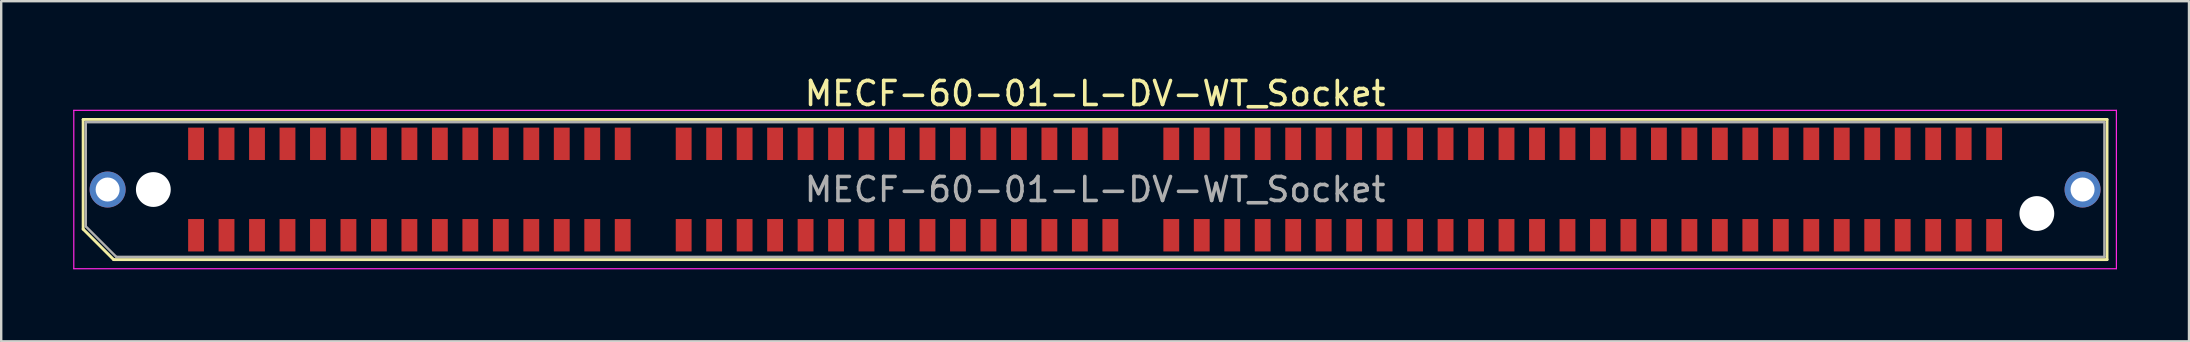
<source format=kicad_pcb>
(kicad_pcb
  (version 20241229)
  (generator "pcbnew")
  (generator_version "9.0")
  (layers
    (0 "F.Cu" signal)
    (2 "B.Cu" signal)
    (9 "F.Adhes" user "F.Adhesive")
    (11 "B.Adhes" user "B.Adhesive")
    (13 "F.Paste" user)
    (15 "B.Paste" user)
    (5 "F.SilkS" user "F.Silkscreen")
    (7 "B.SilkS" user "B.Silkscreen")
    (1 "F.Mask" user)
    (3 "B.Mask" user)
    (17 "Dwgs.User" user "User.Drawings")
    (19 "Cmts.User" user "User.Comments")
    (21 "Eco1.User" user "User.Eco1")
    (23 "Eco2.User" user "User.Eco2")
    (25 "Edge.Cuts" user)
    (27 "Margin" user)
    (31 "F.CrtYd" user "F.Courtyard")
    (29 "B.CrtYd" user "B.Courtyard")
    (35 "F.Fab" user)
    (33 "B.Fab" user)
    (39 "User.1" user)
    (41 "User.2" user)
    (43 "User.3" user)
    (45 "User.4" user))
  (footprint "MECF-60-01-L-DV-WT_Socket"
    (layer "F.Cu")
    (at 42.585 4.848)
    (property "Reference" "MECF-60-01-L-DV-WT_Socket" (at 0 -4 0) (layer "F.SilkS") (effects (font (size 1 1) (thickness 0.15))))
    (attr smd)
    (fp_line (start -42.17 -2.92) (end 42.17 -2.92) (stroke (width 0.12) (type solid)) (layer "F.SilkS"))
    (fp_line (start -42.17 1.65) (end -42.17 -2.92) (stroke (width 0.12) (type solid)) (layer "F.SilkS"))
    (fp_line (start -40.9 2.92) (end -42.17 1.65) (stroke (width 0.12) (type solid)) (layer "F.SilkS"))
    (fp_line (start -40.9 2.92) (end 42.17 2.92) (stroke (width 0.12) (type solid)) (layer "F.SilkS"))
    (fp_line (start 42.17 2.92) (end 42.17 -2.92) (stroke (width 0.12) (type solid)) (layer "F.SilkS"))
    (fp_line (start -42.56 -3.3) (end -42.56 3.3) (stroke (width 0.05) (type solid)) (layer "F.CrtYd"))
    (fp_line (start -42.56 3.3) (end 42.56 3.3) (stroke (width 0.05) (type solid)) (layer "F.CrtYd"))
    (fp_line (start 42.56 -3.3) (end -42.56 -3.3) (stroke (width 0.05) (type solid)) (layer "F.CrtYd"))
    (fp_line (start 42.56 3.3) (end 42.56 -3.3) (stroke (width 0.05) (type solid)) (layer "F.CrtYd"))
    (fp_line (start -42.06 -2.805) (end 42.06 -2.805) (stroke (width 0.1) (type solid)) (layer "F.Fab"))
    (fp_line (start -42.06 1.535) (end -42.06 -2.805) (stroke (width 0.1) (type solid)) (layer "F.Fab"))
    (fp_line (start -42.06 1.535) (end -40.79 2.805) (stroke (width 0.1) (type solid)) (layer "F.Fab"))
    (fp_line (start -40.79 2.805) (end 42.06 2.805) (stroke (width 0.1) (type solid)) (layer "F.Fab"))
    (fp_line (start 42.06 2.805) (end 42.06 -2.805) (stroke (width 0.1) (type solid)) (layer "F.Fab"))
    (fp_text user "${REFERENCE}" (at 0 0 0) (layer "F.Fab") (effects (font (size 1 1) (thickness 0.15))))
    (pad "" thru_hole circle (at -41.15 0) (size 1.5 1.5) (drill 1) (layers "*.Cu" "*.Mask"))
    (pad "" np_thru_hole circle (at -39.245 0) (size 1.45 1.45) (drill 1.45) (layers "*.Cu" "*.Mask"))
    (pad "" np_thru_hole circle (at 39.245 1) (size 1.45 1.45) (drill 1.45) (layers "*.Cu" "*.Mask"))
    (pad "" thru_hole circle (at 41.15 0) (size 1.5 1.5) (drill 1) (layers "*.Cu" "*.Mask"))
    (pad "1" smd rect (at -37.465 1.905) (size 0.66 1.35) (layers "F.Cu" "F.Mask" "F.Paste"))
    (pad "2" smd rect (at -37.465 -1.905) (size 0.66 1.35) (layers "F.Cu" "F.Mask" "F.Paste"))
    (pad "3" smd rect (at -36.195 1.905) (size 0.66 1.35) (layers "F.Cu" "F.Mask" "F.Paste"))
    (pad "4" smd rect (at -36.195 -1.905) (size 0.66 1.35) (layers "F.Cu" "F.Mask" "F.Paste"))
    (pad "5" smd rect (at -34.925 1.905) (size 0.66 1.35) (layers "F.Cu" "F.Mask" "F.Paste"))
    (pad "6" smd rect (at -34.925 -1.905) (size 0.66 1.35) (layers "F.Cu" "F.Mask" "F.Paste"))
    (pad "7" smd rect (at -33.655 1.905) (size 0.66 1.35) (layers "F.Cu" "F.Mask" "F.Paste"))
    (pad "8" smd rect (at -33.655 -1.905) (size 0.66 1.35) (layers "F.Cu" "F.Mask" "F.Paste"))
    (pad "9" smd rect (at -32.385 1.905) (size 0.66 1.35) (layers "F.Cu" "F.Mask" "F.Paste"))
    (pad "10" smd rect (at -32.385 -1.905) (size 0.66 1.35) (layers "F.Cu" "F.Mask" "F.Paste"))
    (pad "11" smd rect (at -31.115 1.905) (size 0.66 1.35) (layers "F.Cu" "F.Mask" "F.Paste"))
    (pad "12" smd rect (at -31.115 -1.905) (size 0.66 1.35) (layers "F.Cu" "F.Mask" "F.Paste"))
    (pad "13" smd rect (at -29.845 1.905) (size 0.66 1.35) (layers "F.Cu" "F.Mask" "F.Paste"))
    (pad "14" smd rect (at -29.845 -1.905) (size 0.66 1.35) (layers "F.Cu" "F.Mask" "F.Paste"))
    (pad "15" smd rect (at -28.575 1.905) (size 0.66 1.35) (layers "F.Cu" "F.Mask" "F.Paste"))
    (pad "16" smd rect (at -28.575 -1.905) (size 0.66 1.35) (layers "F.Cu" "F.Mask" "F.Paste"))
    (pad "17" smd rect (at -27.305 1.905) (size 0.66 1.35) (layers "F.Cu" "F.Mask" "F.Paste"))
    (pad "18" smd rect (at -27.305 -1.905) (size 0.66 1.35) (layers "F.Cu" "F.Mask" "F.Paste"))
    (pad "19" smd rect (at -26.035 1.905) (size 0.66 1.35) (layers "F.Cu" "F.Mask" "F.Paste"))
    (pad "20" smd rect (at -26.035 -1.905) (size 0.66 1.35) (layers "F.Cu" "F.Mask" "F.Paste"))
    (pad "21" smd rect (at -24.765 1.905) (size 0.66 1.35) (layers "F.Cu" "F.Mask" "F.Paste"))
    (pad "22" smd rect (at -24.765 -1.905) (size 0.66 1.35) (layers "F.Cu" "F.Mask" "F.Paste"))
    (pad "23" smd rect (at -23.495 1.905) (size 0.66 1.35) (layers "F.Cu" "F.Mask" "F.Paste"))
    (pad "24" smd rect (at -23.495 -1.905) (size 0.66 1.35) (layers "F.Cu" "F.Mask" "F.Paste"))
    (pad "25" smd rect (at -22.225 1.905) (size 0.66 1.35) (layers "F.Cu" "F.Mask" "F.Paste"))
    (pad "26" smd rect (at -22.225 -1.905) (size 0.66 1.35) (layers "F.Cu" "F.Mask" "F.Paste"))
    (pad "27" smd rect (at -20.955 1.905) (size 0.66 1.35) (layers "F.Cu" "F.Mask" "F.Paste"))
    (pad "28" smd rect (at -20.955 -1.905) (size 0.66 1.35) (layers "F.Cu" "F.Mask" "F.Paste"))
    (pad "29" smd rect (at -19.685 1.905) (size 0.66 1.35) (layers "F.Cu" "F.Mask" "F.Paste"))
    (pad "30" smd rect (at -19.685 -1.905) (size 0.66 1.35) (layers "F.Cu" "F.Mask" "F.Paste"))
    (pad "33" smd rect (at -17.145 1.905) (size 0.66 1.35) (layers "F.Cu" "F.Mask" "F.Paste"))
    (pad "34" smd rect (at -17.145 -1.905) (size 0.66 1.35) (layers "F.Cu" "F.Mask" "F.Paste"))
    (pad "35" smd rect (at -15.875 1.905) (size 0.66 1.35) (layers "F.Cu" "F.Mask" "F.Paste"))
    (pad "36" smd rect (at -15.875 -1.905) (size 0.66 1.35) (layers "F.Cu" "F.Mask" "F.Paste"))
    (pad "37" smd rect (at -14.605 1.905) (size 0.66 1.35) (layers "F.Cu" "F.Mask" "F.Paste"))
    (pad "38" smd rect (at -14.605 -1.905) (size 0.66 1.35) (layers "F.Cu" "F.Mask" "F.Paste"))
    (pad "39" smd rect (at -13.335 1.905) (size 0.66 1.35) (layers "F.Cu" "F.Mask" "F.Paste"))
    (pad "40" smd rect (at -13.335 -1.905) (size 0.66 1.35) (layers "F.Cu" "F.Mask" "F.Paste"))
    (pad "41" smd rect (at -12.065 1.905) (size 0.66 1.35) (layers "F.Cu" "F.Mask" "F.Paste"))
    (pad "42" smd rect (at -12.065 -1.905) (size 0.66 1.35) (layers "F.Cu" "F.Mask" "F.Paste"))
    (pad "43" smd rect (at -10.795 1.905) (size 0.66 1.35) (layers "F.Cu" "F.Mask" "F.Paste"))
    (pad "44" smd rect (at -10.795 -1.905) (size 0.66 1.35) (layers "F.Cu" "F.Mask" "F.Paste"))
    (pad "45" smd rect (at -9.525 1.905) (size 0.66 1.35) (layers "F.Cu" "F.Mask" "F.Paste"))
    (pad "46" smd rect (at -9.525 -1.905) (size 0.66 1.35) (layers "F.Cu" "F.Mask" "F.Paste"))
    (pad "47" smd rect (at -8.255 1.905) (size 0.66 1.35) (layers "F.Cu" "F.Mask" "F.Paste"))
    (pad "48" smd rect (at -8.255 -1.905) (size 0.66 1.35) (layers "F.Cu" "F.Mask" "F.Paste"))
    (pad "49" smd rect (at -6.985 1.905) (size 0.66 1.35) (layers "F.Cu" "F.Mask" "F.Paste"))
    (pad "50" smd rect (at -6.985 -1.905) (size 0.66 1.35) (layers "F.Cu" "F.Mask" "F.Paste"))
    (pad "51" smd rect (at -5.715 1.905) (size 0.66 1.35) (layers "F.Cu" "F.Mask" "F.Paste"))
    (pad "52" smd rect (at -5.715 -1.905) (size 0.66 1.35) (layers "F.Cu" "F.Mask" "F.Paste"))
    (pad "53" smd rect (at -4.445 1.905) (size 0.66 1.35) (layers "F.Cu" "F.Mask" "F.Paste"))
    (pad "54" smd rect (at -4.445 -1.905) (size 0.66 1.35) (layers "F.Cu" "F.Mask" "F.Paste"))
    (pad "55" smd rect (at -3.175 1.905) (size 0.66 1.35) (layers "F.Cu" "F.Mask" "F.Paste"))
    (pad "56" smd rect (at -3.175 -1.905) (size 0.66 1.35) (layers "F.Cu" "F.Mask" "F.Paste"))
    (pad "57" smd rect (at -1.905 1.905) (size 0.66 1.35) (layers "F.Cu" "F.Mask" "F.Paste"))
    (pad "58" smd rect (at -1.905 -1.905) (size 0.66 1.35) (layers "F.Cu" "F.Mask" "F.Paste"))
    (pad "59" smd rect (at -0.635 1.905) (size 0.66 1.35) (layers "F.Cu" "F.Mask" "F.Paste"))
    (pad "60" smd rect (at -0.635 -1.905) (size 0.66 1.35) (layers "F.Cu" "F.Mask" "F.Paste"))
    (pad "61" smd rect (at 0.635 1.905) (size 0.66 1.35) (layers "F.Cu" "F.Mask" "F.Paste"))
    (pad "62" smd rect (at 0.635 -1.905) (size 0.66 1.35) (layers "F.Cu" "F.Mask" "F.Paste"))
    (pad "65" smd rect (at 3.175 1.905) (size 0.66 1.35) (layers "F.Cu" "F.Mask" "F.Paste"))
    (pad "66" smd rect (at 3.175 -1.905) (size 0.66 1.35) (layers "F.Cu" "F.Mask" "F.Paste"))
    (pad "67" smd rect (at 4.445 1.905) (size 0.66 1.35) (layers "F.Cu" "F.Mask" "F.Paste"))
    (pad "68" smd rect (at 4.445 -1.905) (size 0.66 1.35) (layers "F.Cu" "F.Mask" "F.Paste"))
    (pad "69" smd rect (at 5.715 1.905) (size 0.66 1.35) (layers "F.Cu" "F.Mask" "F.Paste"))
    (pad "70" smd rect (at 5.715 -1.905) (size 0.66 1.35) (layers "F.Cu" "F.Mask" "F.Paste"))
    (pad "71" smd rect (at 6.985 1.905) (size 0.66 1.35) (layers "F.Cu" "F.Mask" "F.Paste"))
    (pad "72" smd rect (at 6.985 -1.905) (size 0.66 1.35) (layers "F.Cu" "F.Mask" "F.Paste"))
    (pad "73" smd rect (at 8.255 1.905) (size 0.66 1.35) (layers "F.Cu" "F.Mask" "F.Paste"))
    (pad "74" smd rect (at 8.255 -1.905) (size 0.66 1.35) (layers "F.Cu" "F.Mask" "F.Paste"))
    (pad "75" smd rect (at 9.525 1.905) (size 0.66 1.35) (layers "F.Cu" "F.Mask" "F.Paste"))
    (pad "76" smd rect (at 9.525 -1.905) (size 0.66 1.35) (layers "F.Cu" "F.Mask" "F.Paste"))
    (pad "77" smd rect (at 10.795 1.905) (size 0.66 1.35) (layers "F.Cu" "F.Mask" "F.Paste"))
    (pad "78" smd rect (at 10.795 -1.905) (size 0.66 1.35) (layers "F.Cu" "F.Mask" "F.Paste"))
    (pad "79" smd rect (at 12.065 1.905) (size 0.66 1.35) (layers "F.Cu" "F.Mask" "F.Paste"))
    (pad "80" smd rect (at 12.065 -1.905) (size 0.66 1.35) (layers "F.Cu" "F.Mask" "F.Paste"))
    (pad "81" smd rect (at 13.335 1.905) (size 0.66 1.35) (layers "F.Cu" "F.Mask" "F.Paste"))
    (pad "82" smd rect (at 13.335 -1.905) (size 0.66 1.35) (layers "F.Cu" "F.Mask" "F.Paste"))
    (pad "83" smd rect (at 14.605 1.905) (size 0.66 1.35) (layers "F.Cu" "F.Mask" "F.Paste"))
    (pad "84" smd rect (at 14.605 -1.905) (size 0.66 1.35) (layers "F.Cu" "F.Mask" "F.Paste"))
    (pad "85" smd rect (at 15.875 1.905) (size 0.66 1.35) (layers "F.Cu" "F.Mask" "F.Paste"))
    (pad "86" smd rect (at 15.875 -1.905) (size 0.66 1.35) (layers "F.Cu" "F.Mask" "F.Paste"))
    (pad "87" smd rect (at 17.145 1.905) (size 0.66 1.35) (layers "F.Cu" "F.Mask" "F.Paste"))
    (pad "88" smd rect (at 17.145 -1.905) (size 0.66 1.35) (layers "F.Cu" "F.Mask" "F.Paste"))
    (pad "89" smd rect (at 18.415 1.905) (size 0.66 1.35) (layers "F.Cu" "F.Mask" "F.Paste"))
    (pad "90" smd rect (at 18.415 -1.905) (size 0.66 1.35) (layers "F.Cu" "F.Mask" "F.Paste"))
    (pad "91" smd rect (at 19.685 1.905) (size 0.66 1.35) (layers "F.Cu" "F.Mask" "F.Paste"))
    (pad "92" smd rect (at 19.685 -1.905) (size 0.66 1.35) (layers "F.Cu" "F.Mask" "F.Paste"))
    (pad "93" smd rect (at 20.955 1.905) (size 0.66 1.35) (layers "F.Cu" "F.Mask" "F.Paste"))
    (pad "94" smd rect (at 20.955 -1.905) (size 0.66 1.35) (layers "F.Cu" "F.Mask" "F.Paste"))
    (pad "95" smd rect (at 22.225 1.905) (size 0.66 1.35) (layers "F.Cu" "F.Mask" "F.Paste"))
    (pad "96" smd rect (at 22.225 -1.905) (size 0.66 1.35) (layers "F.Cu" "F.Mask" "F.Paste"))
    (pad "97" smd rect (at 23.495 1.905) (size 0.66 1.35) (layers "F.Cu" "F.Mask" "F.Paste"))
    (pad "98" smd rect (at 23.495 -1.905) (size 0.66 1.35) (layers "F.Cu" "F.Mask" "F.Paste"))
    (pad "99" smd rect (at 24.765 1.905) (size 0.66 1.35) (layers "F.Cu" "F.Mask" "F.Paste"))
    (pad "100" smd rect (at 24.765 -1.905) (size 0.66 1.35) (layers "F.Cu" "F.Mask" "F.Paste"))
    (pad "101" smd rect (at 26.035 1.905) (size 0.66 1.35) (layers "F.Cu" "F.Mask" "F.Paste"))
    (pad "102" smd rect (at 26.035 -1.905) (size 0.66 1.35) (layers "F.Cu" "F.Mask" "F.Paste"))
    (pad "103" smd rect (at 27.305 1.905) (size 0.66 1.35) (layers "F.Cu" "F.Mask" "F.Paste"))
    (pad "104" smd rect (at 27.305 -1.905) (size 0.66 1.35) (layers "F.Cu" "F.Mask" "F.Paste"))
    (pad "105" smd rect (at 28.575 1.905) (size 0.66 1.35) (layers "F.Cu" "F.Mask" "F.Paste"))
    (pad "106" smd rect (at 28.575 -1.905) (size 0.66 1.35) (layers "F.Cu" "F.Mask" "F.Paste"))
    (pad "107" smd rect (at 29.845 1.905) (size 0.66 1.35) (layers "F.Cu" "F.Mask" "F.Paste"))
    (pad "108" smd rect (at 29.845 -1.905) (size 0.66 1.35) (layers "F.Cu" "F.Mask" "F.Paste"))
    (pad "109" smd rect (at 31.115 1.905) (size 0.66 1.35) (layers "F.Cu" "F.Mask" "F.Paste"))
    (pad "110" smd rect (at 31.115 -1.905) (size 0.66 1.35) (layers "F.Cu" "F.Mask" "F.Paste"))
    (pad "111" smd rect (at 32.385 1.905) (size 0.66 1.35) (layers "F.Cu" "F.Mask" "F.Paste"))
    (pad "112" smd rect (at 32.385 -1.905) (size 0.66 1.35) (layers "F.Cu" "F.Mask" "F.Paste"))
    (pad "113" smd rect (at 33.655 1.905) (size 0.66 1.35) (layers "F.Cu" "F.Mask" "F.Paste"))
    (pad "114" smd rect (at 33.655 -1.905) (size 0.66 1.35) (layers "F.Cu" "F.Mask" "F.Paste"))
    (pad "115" smd rect (at 34.925 1.905) (size 0.66 1.35) (layers "F.Cu" "F.Mask" "F.Paste"))
    (pad "116" smd rect (at 34.925 -1.905) (size 0.66 1.35) (layers "F.Cu" "F.Mask" "F.Paste"))
    (pad "117" smd rect (at 36.195 1.905) (size 0.66 1.35) (layers "F.Cu" "F.Mask" "F.Paste"))
    (pad "118" smd rect (at 36.195 -1.905) (size 0.66 1.35) (layers "F.Cu" "F.Mask" "F.Paste"))
    (pad "119" smd rect (at 37.465 1.905) (size 0.66 1.35) (layers "F.Cu" "F.Mask" "F.Paste"))
    (pad "120" smd rect (at 37.465 -1.905) (size 0.66 1.35) (layers "F.Cu" "F.Mask" "F.Paste")))
  (gr_rect
    (start -3 -3)
    (end 88.17 11.173)
    (stroke (width 0.1) (type default))
    (fill no)
    (layer "Edge.Cuts")))
</source>
